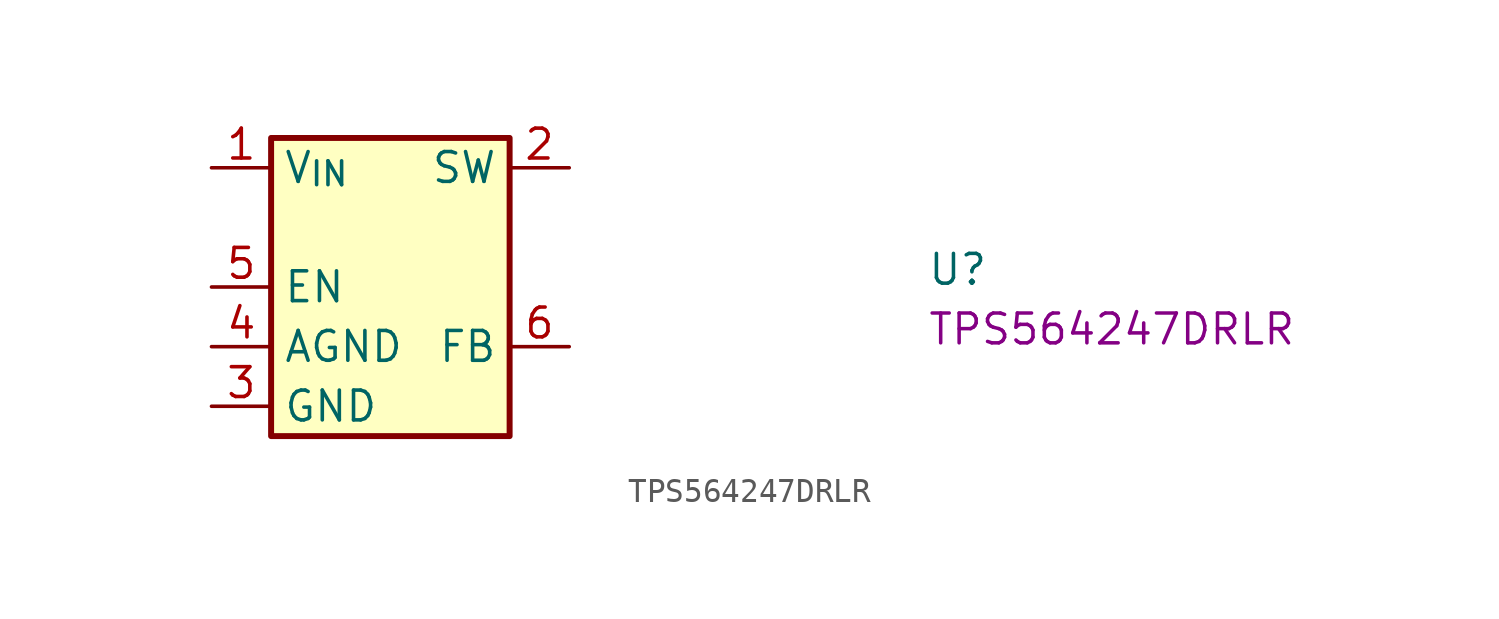
<source format=kicad_sym>
(kicad_symbol_lib
  (version 20220914)
  (generator kicad_symbol_editor)
  (symbol "TPS564247DRLR"
    (property "Reference" "U"
      (at 30.48 -5.08 0)
      (effects (font (size 1.27 1.27) (thickness 0.15)) (justify left bottom)))
    (property "MPN" "TPS564247DRLR"
      (at 30.48 -7.62 0)
      (effects (font (size 1.27 1.27) (thickness 0.15)) (justify left bottom)))
    (symbol "TPS564247DRLR_1_1"
      (rectangle (start 2.54 1.27) (end 12.7 -11.43) (stroke (width 0.254) (type default)) (fill (type background)))
      (pin power_in line (at 0 0 0) (length 2.54) (name "V_{IN}" (effects (font (size 1.27 1.27)))) (number "1" (effects (font (size 1.27 1.27)))))
      (pin passive line (at 15.24 0 180) (length 2.54) (name "SW" (effects (font (size 1.27 1.27)))) (number "2" (effects (font (size 1.27 1.27)))))
      (pin power_in line (at 0 -10.16 0) (length 2.54) (name "GND" (effects (font (size 1.27 1.27)))) (number "3" (effects (font (size 1.27 1.27)))))
      (pin power_in line (at 0 -7.62 0) (length 2.54) (name "AGND" (effects (font (size 1.27 1.27)))) (number "4" (effects (font (size 1.27 1.27)))))
      (pin passive line (at 0 -5.08 0) (length 2.54) (name "EN" (effects (font (size 1.27 1.27)))) (number "5" (effects (font (size 1.27 1.27)))))
      (pin passive line (at 15.24 -7.62 180) (length 2.54) (name "FB" (effects (font (size 1.27 1.27)))) (number "6" (effects (font (size 1.27 1.27))))))))
</source>
